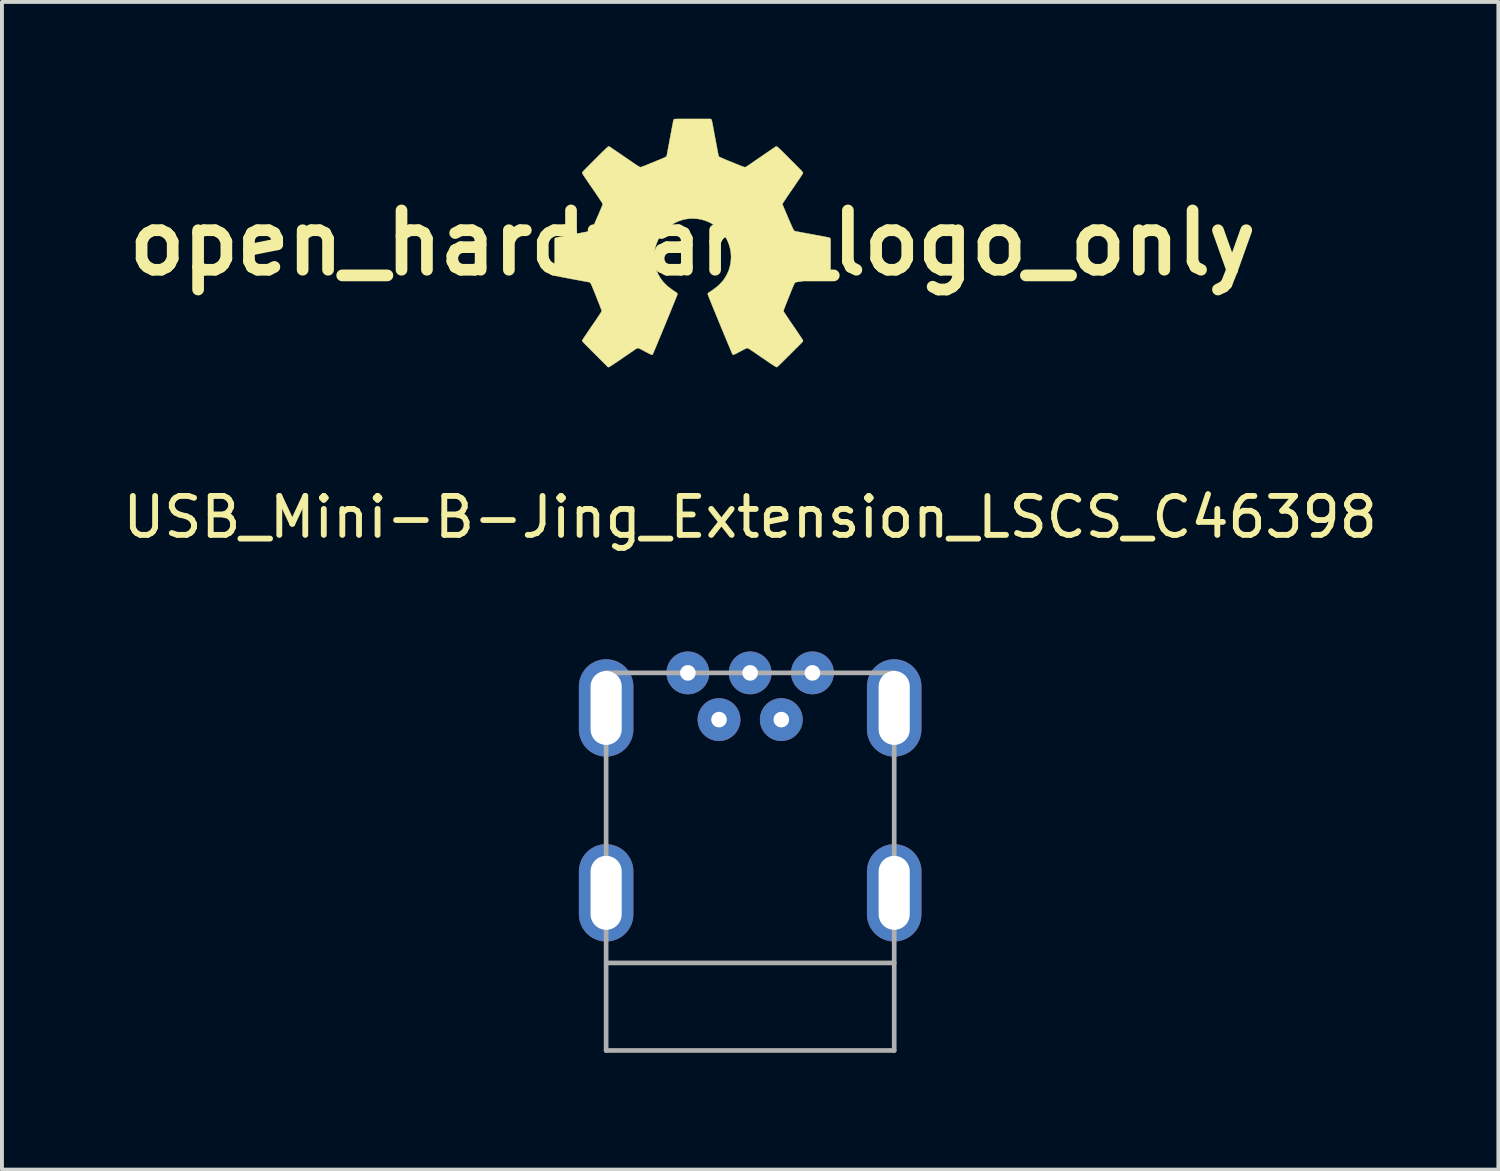
<source format=kicad_pcb>
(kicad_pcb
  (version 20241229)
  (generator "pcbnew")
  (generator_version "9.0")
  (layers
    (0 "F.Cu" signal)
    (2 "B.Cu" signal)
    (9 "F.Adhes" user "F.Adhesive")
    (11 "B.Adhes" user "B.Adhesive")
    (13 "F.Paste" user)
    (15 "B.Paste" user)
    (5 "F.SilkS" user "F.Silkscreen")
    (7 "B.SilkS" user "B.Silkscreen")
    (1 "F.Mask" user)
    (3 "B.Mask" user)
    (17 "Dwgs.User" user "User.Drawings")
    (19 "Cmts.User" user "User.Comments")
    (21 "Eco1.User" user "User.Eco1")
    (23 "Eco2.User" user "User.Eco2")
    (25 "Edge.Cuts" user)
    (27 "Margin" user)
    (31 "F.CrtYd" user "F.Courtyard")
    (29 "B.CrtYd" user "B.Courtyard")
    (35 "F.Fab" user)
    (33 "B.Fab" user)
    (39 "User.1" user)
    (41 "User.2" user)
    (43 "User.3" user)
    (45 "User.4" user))
  (footprint "USB_Mini-B-Jing_Extension_LSCS_C46398"
    (layer "F.Cu")
    (at 16.22 14.235)
    (property "Reference" "USB_Mini-B-Jing_Extension_LSCS_C46398" (at 0 -4 0) (layer "F.SilkS") (effects (font (size 1 1) (thickness 0.15))))
    (attr through_hole)
    (fp_line (start -3.7 0) (end 3.7 0) (stroke (width 0.12) (type solid)) (layer "F.Fab"))
    (fp_line (start -3.7 7.45) (end 3.7 7.45) (stroke (width 0.12) (type solid)) (layer "F.Fab"))
    (fp_line (start -3.7 9.7) (end -3.7 0) (stroke (width 0.12) (type solid)) (layer "F.Fab"))
    (fp_line (start -3.7 9.7) (end 3.7 9.7) (stroke (width 0.12) (type solid)) (layer "F.Fab"))
    (fp_line (start 3.7 0) (end 3.7 9.7) (stroke (width 0.12) (type solid)) (layer "F.Fab"))
    (pad "1" thru_hole circle (at -1.6 0) (size 1.1 1.1) (drill 0.4) (layers "*.Cu" "*.Mask"))
    (pad "2" thru_hole circle (at -0.8 1.2) (size 1.1 1.1) (drill 0.4) (layers "*.Cu" "*.Mask"))
    (pad "3" thru_hole circle (at 0 0) (size 1.1 1.1) (drill 0.4) (layers "*.Cu" "*.Mask"))
    (pad "4" thru_hole circle (at 0.8 1.2) (size 1.1 1.1) (drill 0.4) (layers "*.Cu" "*.Mask"))
    (pad "5" thru_hole circle (at 1.6 0) (size 1.1 1.1) (drill 0.4) (layers "*.Cu" "*.Mask"))
    (pad "6" thru_hole oval (at -3.7 0.9) (size 1.4 2.5) (drill oval 0.8 1.9) (layers "*.Cu" "*.Mask"))
    (pad "6" thru_hole oval (at -3.7 5.65) (size 1.4 2.5) (drill oval 0.8 1.9) (layers "*.Cu" "*.Mask"))
    (pad "6" thru_hole oval (at 3.7 0.9) (size 1.4 2.5) (drill oval 0.8 1.9) (layers "*.Cu" "*.Mask"))
    (pad "6" thru_hole oval (at 3.7 5.65) (size 1.4 2.5) (drill oval 0.8 1.9) (layers "*.Cu" "*.Mask")))
  (footprint "open_hardware_logo_only"
    (layer "F.Cu")
    (at 14.739 3.19)
    (property "Reference" "open_hardware_logo_only" (at 0 0 0) (layer "F.SilkS") (effects (font (size 1.524 1.524) (thickness 0.3))))
    (attr through_hole)
    (fp_poly (pts (xy 0.482 -3.171) (xy 0.485 -3.168) (xy 0.488 -3.163) (xy 0.491 -3.157) (xy 0.494 -3.148) (xy 0.497 -3.136) (xy 0.501 -3.119) (xy 0.506 -3.098) (xy 0.511 -3.07) (xy 0.518 -3.036) (xy 0.526 -2.994) (xy 0.535 -2.944) (xy 0.546 -2.888) (xy 0.563 -2.793) (xy 0.579 -2.708) (xy 0.593 -2.632) (xy 0.606 -2.565) (xy 0.617 -2.505) (xy 0.627 -2.453) (xy 0.635 -2.408) (xy 0.643 -2.369) (xy 0.649 -2.336) (xy 0.655 -2.308) (xy 0.659 -2.286) (xy 0.663 -2.267) (xy 0.666 -2.253) (xy 0.669 -2.242) (xy 0.671 -2.234) (xy 0.674 -2.228) (xy 0.675 -2.224) (xy 0.677 -2.221) (xy 0.679 -2.219) (xy 0.681 -2.218) (xy 0.683 -2.216) (xy 0.684 -2.215) (xy 0.691 -2.21) (xy 0.708 -2.202) (xy 0.732 -2.191) (xy 0.762 -2.177) (xy 0.798 -2.161) (xy 0.839 -2.144) (xy 0.883 -2.125) (xy 0.93 -2.106) (xy 0.979 -2.086) (xy 1.028 -2.066) (xy 1.077 -2.046) (xy 1.125 -2.027) (xy 1.171 -2.009) (xy 1.213 -1.992) (xy 1.251 -1.977) (xy 1.284 -1.965) (xy 1.311 -1.955) (xy 1.331 -1.949) (xy 1.343 -1.946) (xy 1.344 -1.946) (xy 1.358 -1.947) (xy 1.372 -1.952) (xy 1.389 -1.962) (xy 1.4 -1.969) (xy 1.413 -1.978) (xy 1.434 -1.992) (xy 1.462 -2.011) (xy 1.495 -2.034) (xy 1.535 -2.061) (xy 1.578 -2.091) (xy 1.626 -2.124) (xy 1.677 -2.159) (xy 1.731 -2.196) (xy 1.786 -2.233) (xy 1.842 -2.272) (xy 1.898 -2.311) (xy 1.954 -2.349) (xy 1.964 -2.356) (xy 2 -2.381) (xy 2.035 -2.404) (xy 2.066 -2.425) (xy 2.092 -2.443) (xy 2.114 -2.458) (xy 2.129 -2.468) (xy 2.138 -2.473) (xy 2.138 -2.474) (xy 2.143 -2.476) (xy 2.148 -2.478) (xy 2.153 -2.479) (xy 2.158 -2.478) (xy 2.165 -2.475) (xy 2.174 -2.47) (xy 2.184 -2.463) (xy 2.197 -2.452) (xy 2.214 -2.438) (xy 2.233 -2.419) (xy 2.257 -2.397) (xy 2.285 -2.37) (xy 2.318 -2.337) (xy 2.357 -2.299) (xy 2.401 -2.255) (xy 2.451 -2.205) (xy 2.508 -2.148) (xy 2.509 -2.146) (xy 2.565 -2.09) (xy 2.615 -2.041) (xy 2.657 -1.998) (xy 2.694 -1.961) (xy 2.726 -1.929) (xy 2.752 -1.902) (xy 2.774 -1.88) (xy 2.792 -1.861) (xy 2.806 -1.846) (xy 2.817 -1.834) (xy 2.825 -1.825) (xy 2.83 -1.817) (xy 2.834 -1.812) (xy 2.836 -1.807) (xy 2.837 -1.803) (xy 2.837 -1.8) (xy 2.837 -1.799) (xy 2.836 -1.795) (xy 2.835 -1.79) (xy 2.832 -1.783) (xy 2.827 -1.774) (xy 2.82 -1.761) (xy 2.81 -1.745) (xy 2.797 -1.726) (xy 2.781 -1.702) (xy 2.762 -1.673) (xy 2.739 -1.638) (xy 2.711 -1.598) (xy 2.679 -1.55) (xy 2.642 -1.496) (xy 2.6 -1.434) (xy 2.581 -1.407) (xy 2.543 -1.351) (xy 2.506 -1.298) (xy 2.472 -1.247) (xy 2.439 -1.2) (xy 2.41 -1.156) (xy 2.384 -1.117) (xy 2.362 -1.084) (xy 2.344 -1.056) (xy 2.33 -1.035) (xy 2.321 -1.02) (xy 2.318 -1.014) (xy 2.314 -0.992) (xy 2.316 -0.979) (xy 2.319 -0.971) (xy 2.325 -0.956) (xy 2.335 -0.932) (xy 2.348 -0.902) (xy 2.363 -0.865) (xy 2.381 -0.823) (xy 2.4 -0.777) (xy 2.422 -0.727) (xy 2.444 -0.675) (xy 2.456 -0.648) (xy 2.483 -0.584) (xy 2.507 -0.528) (xy 2.528 -0.481) (xy 2.546 -0.44) (xy 2.561 -0.407) (xy 2.573 -0.38) (xy 2.584 -0.358) (xy 2.594 -0.341) (xy 2.602 -0.328) (xy 2.609 -0.318) (xy 2.615 -0.312) (xy 2.622 -0.307) (xy 2.628 -0.304) (xy 2.635 -0.302) (xy 2.64 -0.3) (xy 2.648 -0.299) (xy 2.666 -0.295) (xy 2.691 -0.29) (xy 2.724 -0.284) (xy 2.763 -0.277) (xy 2.808 -0.268) (xy 2.857 -0.259) (xy 2.909 -0.25) (xy 2.964 -0.239) (xy 2.967 -0.239) (xy 3.053 -0.223) (xy 3.13 -0.209) (xy 3.198 -0.196) (xy 3.257 -0.185) (xy 3.309 -0.176) (xy 3.354 -0.167) (xy 3.392 -0.16) (xy 3.424 -0.154) (xy 3.45 -0.149) (xy 3.472 -0.145) (xy 3.488 -0.141) (xy 3.501 -0.138) (xy 3.511 -0.135) (xy 3.518 -0.133) (xy 3.523 -0.131) (xy 3.526 -0.13) (xy 3.527 -0.128) (xy 3.529 -0.126) (xy 3.53 -0.124) (xy 3.532 -0.122) (xy 3.532 -0.122) (xy 3.546 -0.107) (xy 3.546 0.353) (xy 3.546 0.439) (xy 3.546 0.516) (xy 3.545 0.583) (xy 3.545 0.641) (xy 3.545 0.69) (xy 3.544 0.731) (xy 3.544 0.764) (xy 3.543 0.79) (xy 3.542 0.808) (xy 3.541 0.82) (xy 3.54 0.825) (xy 3.531 0.836) (xy 3.519 0.845) (xy 3.518 0.845) (xy 3.51 0.847) (xy 3.493 0.851) (xy 3.468 0.857) (xy 3.437 0.863) (xy 3.399 0.871) (xy 3.357 0.879) (xy 3.311 0.888) (xy 3.264 0.897) (xy 3.167 0.914) (xy 3.078 0.931) (xy 2.997 0.946) (xy 2.923 0.96) (xy 2.859 0.972) (xy 2.803 0.982) (xy 2.756 0.991) (xy 2.718 0.998) (xy 2.689 1.003) (xy 2.67 1.007) (xy 2.66 1.009) (xy 2.66 1.009) (xy 2.653 1.01) (xy 2.647 1.012) (xy 2.641 1.015) (xy 2.635 1.02) (xy 2.629 1.027) (xy 2.623 1.037) (xy 2.615 1.051) (xy 2.606 1.068) (xy 2.596 1.091) (xy 2.584 1.119) (xy 2.569 1.153) (xy 2.553 1.194) (xy 2.533 1.242) (xy 2.511 1.298) (xy 2.485 1.362) (xy 2.474 1.388) (xy 2.448 1.455) (xy 2.425 1.513) (xy 2.405 1.562) (xy 2.389 1.604) (xy 2.375 1.64) (xy 2.364 1.669) (xy 2.355 1.693) (xy 2.348 1.712) (xy 2.344 1.726) (xy 2.341 1.737) (xy 2.339 1.745) (xy 2.338 1.751) (xy 2.339 1.754) (xy 2.342 1.762) (xy 2.351 1.777) (xy 2.366 1.801) (xy 2.386 1.832) (xy 2.412 1.871) (xy 2.444 1.918) (xy 2.481 1.973) (xy 2.524 2.037) (xy 2.573 2.108) (xy 2.589 2.131) (xy 2.626 2.185) (xy 2.661 2.237) (xy 2.695 2.287) (xy 2.726 2.333) (xy 2.754 2.375) (xy 2.779 2.412) (xy 2.8 2.444) (xy 2.817 2.47) (xy 2.829 2.489) (xy 2.836 2.501) (xy 2.838 2.504) (xy 2.837 2.522) (xy 2.83 2.536) (xy 2.825 2.542) (xy 2.814 2.554) (xy 2.797 2.572) (xy 2.774 2.595) (xy 2.746 2.623) (xy 2.715 2.655) (xy 2.68 2.69) (xy 2.642 2.727) (xy 2.603 2.767) (xy 2.561 2.808) (xy 2.519 2.85) (xy 2.477 2.893) (xy 2.435 2.934) (xy 2.394 2.975) (xy 2.354 3.014) (xy 2.317 3.05) (xy 2.283 3.084) (xy 2.253 3.114) (xy 2.226 3.139) (xy 2.205 3.16) (xy 2.189 3.175) (xy 2.179 3.185) (xy 2.176 3.187) (xy 2.172 3.189) (xy 2.167 3.19) (xy 2.161 3.189) (xy 2.153 3.187) (xy 2.144 3.183) (xy 2.131 3.177) (xy 2.115 3.167) (xy 2.095 3.155) (xy 2.071 3.14) (xy 2.042 3.121) (xy 2.007 3.098) (xy 1.966 3.07) (xy 1.919 3.038) (xy 1.865 3.001) (xy 1.803 2.958) (xy 1.783 2.945) (xy 1.721 2.902) (xy 1.666 2.864) (xy 1.619 2.832) (xy 1.578 2.804) (xy 1.543 2.78) (xy 1.514 2.761) (xy 1.49 2.745) (xy 1.47 2.732) (xy 1.454 2.722) (xy 1.441 2.715) (xy 1.432 2.709) (xy 1.424 2.706) (xy 1.418 2.704) (xy 1.413 2.703) (xy 1.409 2.703) (xy 1.408 2.703) (xy 1.4 2.703) (xy 1.392 2.705) (xy 1.381 2.709) (xy 1.368 2.714) (xy 1.35 2.723) (xy 1.326 2.734) (xy 1.297 2.75) (xy 1.261 2.769) (xy 1.227 2.787) (xy 1.181 2.811) (xy 1.144 2.831) (xy 1.114 2.846) (xy 1.09 2.858) (xy 1.071 2.866) (xy 1.057 2.87) (xy 1.046 2.872) (xy 1.039 2.871) (xy 1.033 2.868) (xy 1.029 2.865) (xy 1.026 2.859) (xy 1.02 2.845) (xy 1.01 2.822) (xy 0.997 2.791) (xy 0.981 2.754) (xy 0.962 2.71) (xy 0.942 2.661) (xy 0.919 2.606) (xy 0.894 2.547) (xy 0.868 2.484) (xy 0.84 2.417) (xy 0.811 2.348) (xy 0.782 2.277) (xy 0.752 2.204) (xy 0.721 2.13) (xy 0.691 2.056) (xy 0.66 1.982) (xy 0.63 1.909) (xy 0.601 1.838) (xy 0.573 1.768) (xy 0.545 1.702) (xy 0.519 1.638) (xy 0.495 1.579) (xy 0.473 1.524) (xy 0.453 1.474) (xy 0.435 1.43) (xy 0.42 1.393) (xy 0.408 1.362) (xy 0.399 1.339) (xy 0.393 1.324) (xy 0.391 1.318) (xy 0.391 1.318) (xy 0.393 1.304) (xy 0.399 1.292) (xy 0.411 1.28) (xy 0.431 1.267) (xy 0.446 1.257) (xy 0.46 1.249) (xy 0.473 1.24) (xy 0.487 1.231) (xy 0.503 1.219) (xy 0.523 1.205) (xy 0.546 1.188) (xy 0.576 1.166) (xy 0.605 1.144) (xy 0.643 1.113) (xy 0.684 1.076) (xy 0.724 1.035) (xy 0.762 0.994) (xy 0.793 0.956) (xy 0.849 0.873) (xy 0.896 0.785) (xy 0.934 0.694) (xy 0.962 0.6) (xy 0.981 0.503) (xy 0.99 0.402) (xy 0.991 0.362) (xy 0.986 0.263) (xy 0.971 0.167) (xy 0.948 0.073) (xy 0.916 -0.016) (xy 0.876 -0.102) (xy 0.828 -0.183) (xy 0.772 -0.259) (xy 0.71 -0.33) (xy 0.641 -0.394) (xy 0.565 -0.452) (xy 0.485 -0.502) (xy 0.399 -0.545) (xy 0.308 -0.579) (xy 0.212 -0.605) (xy 0.2 -0.607) (xy 0.102 -0.622) (xy 0.005 -0.627) (xy -0.09 -0.623) (xy -0.183 -0.61) (xy -0.274 -0.588) (xy -0.362 -0.557) (xy -0.446 -0.519) (xy -0.526 -0.473) (xy -0.602 -0.42) (xy -0.672 -0.361) (xy -0.736 -0.295) (xy -0.795 -0.223) (xy -0.847 -0.145) (xy -0.891 -0.062) (xy -0.928 0.026) (xy -0.956 0.119) (xy -0.976 0.215) (xy -0.978 0.235) (xy -0.982 0.27) (xy -0.984 0.311) (xy -0.984 0.356) (xy -0.984 0.401) (xy -0.982 0.446) (xy -0.979 0.486) (xy -0.975 0.519) (xy -0.974 0.526) (xy -0.95 0.626) (xy -0.919 0.721) (xy -0.879 0.81) (xy -0.831 0.894) (xy -0.792 0.95) (xy -0.766 0.983) (xy -0.734 1.019) (xy -0.699 1.055) (xy -0.663 1.091) (xy -0.628 1.122) (xy -0.599 1.145) (xy -0.564 1.171) (xy -0.534 1.193) (xy -0.511 1.21) (xy -0.491 1.224) (xy -0.474 1.236) (xy -0.458 1.246) (xy -0.442 1.256) (xy -0.441 1.257) (xy -0.417 1.273) (xy -0.401 1.285) (xy -0.391 1.297) (xy -0.387 1.309) (xy -0.386 1.318) (xy -0.388 1.324) (xy -0.394 1.339) (xy -0.403 1.362) (xy -0.415 1.392) (xy -0.43 1.43) (xy -0.448 1.474) (xy -0.468 1.523) (xy -0.49 1.578) (xy -0.514 1.637) (xy -0.54 1.701) (xy -0.567 1.767) (xy -0.595 1.836) (xy -0.625 1.908) (xy -0.655 1.98) (xy -0.685 2.054) (xy -0.715 2.128) (xy -0.746 2.202) (xy -0.776 2.275) (xy -0.805 2.346) (xy -0.834 2.415) (xy -0.862 2.481) (xy -0.888 2.544) (xy -0.912 2.603) (xy -0.935 2.658) (xy -0.956 2.707) (xy -0.974 2.751) (xy -0.99 2.788) (xy -1.003 2.818) (xy -1.013 2.841) (xy -1.019 2.855) (xy -1.022 2.86) (xy -1.026 2.866) (xy -1.032 2.87) (xy -1.04 2.872) (xy -1.05 2.871) (xy -1.063 2.866) (xy -1.082 2.859) (xy -1.105 2.848) (xy -1.135 2.833) (xy -1.172 2.814) (xy -1.216 2.79) (xy -1.222 2.787) (xy -1.267 2.763) (xy -1.304 2.743) (xy -1.335 2.727) (xy -1.359 2.716) (xy -1.379 2.708) (xy -1.396 2.704) (xy -1.409 2.703) (xy -1.422 2.705) (xy -1.434 2.709) (xy -1.446 2.717) (xy -1.46 2.727) (xy -1.469 2.732) (xy -1.565 2.799) (xy -1.654 2.86) (xy -1.734 2.915) (xy -1.807 2.965) (xy -1.872 3.01) (xy -1.93 3.049) (xy -1.981 3.083) (xy -2.025 3.112) (xy -2.062 3.137) (xy -2.092 3.156) (xy -2.116 3.171) (xy -2.134 3.182) (xy -2.145 3.188) (xy -2.151 3.189) (xy -2.17 3.191) (xy -2.503 2.859) (xy -2.56 2.802) (xy -2.609 2.753) (xy -2.653 2.709) (xy -2.69 2.672) (xy -2.722 2.639) (xy -2.749 2.612) (xy -2.771 2.589) (xy -2.789 2.571) (xy -2.803 2.555) (xy -2.814 2.543) (xy -2.822 2.534) (xy -2.828 2.526) (xy -2.831 2.521) (xy -2.833 2.516) (xy -2.834 2.513) (xy -2.834 2.51) (xy -2.833 2.508) (xy -2.83 2.501) (xy -2.823 2.488) (xy -2.81 2.468) (xy -2.793 2.441) (xy -2.771 2.407) (xy -2.743 2.365) (xy -2.71 2.317) (xy -2.672 2.26) (xy -2.628 2.196) (xy -2.585 2.133) (xy -2.543 2.071) (xy -2.503 2.014) (xy -2.467 1.961) (xy -2.435 1.913) (xy -2.407 1.87) (xy -2.383 1.834) (xy -2.363 1.804) (xy -2.348 1.781) (xy -2.339 1.765) (xy -2.335 1.757) (xy -2.335 1.757) (xy -2.334 1.753) (xy -2.334 1.748) (xy -2.334 1.742) (xy -2.336 1.734) (xy -2.339 1.724) (xy -2.343 1.71) (xy -2.35 1.692) (xy -2.358 1.67) (xy -2.369 1.642) (xy -2.382 1.608) (xy -2.398 1.568) (xy -2.417 1.52) (xy -2.439 1.464) (xy -2.465 1.4) (xy -2.469 1.389) (xy -2.496 1.321) (xy -2.52 1.262) (xy -2.54 1.211) (xy -2.558 1.168) (xy -2.573 1.131) (xy -2.586 1.101) (xy -2.597 1.076) (xy -2.607 1.057) (xy -2.615 1.042) (xy -2.622 1.031) (xy -2.628 1.023) (xy -2.634 1.017) (xy -2.64 1.013) (xy -2.646 1.011) (xy -2.652 1.009) (xy -2.655 1.009) (xy -2.662 1.007) (xy -2.679 1.004) (xy -2.703 1) (xy -2.736 0.994) (xy -2.775 0.986) (xy -2.821 0.978) (xy -2.872 0.968) (xy -2.928 0.958) (xy -2.987 0.947) (xy -3.05 0.935) (xy -3.089 0.928) (xy -3.153 0.916) (xy -3.214 0.904) (xy -3.272 0.893) (xy -3.326 0.883) (xy -3.375 0.873) (xy -3.417 0.865) (xy -3.454 0.857) (xy -3.483 0.851) (xy -3.504 0.847) (xy -3.516 0.844) (xy -3.519 0.843) (xy -3.53 0.833) (xy -3.535 0.824) (xy -3.536 0.818) (xy -3.537 0.802) (xy -3.538 0.778) (xy -3.539 0.745) (xy -3.539 0.703) (xy -3.54 0.652) (xy -3.54 0.591) (xy -3.541 0.521) (xy -3.541 0.441) (xy -3.541 0.353) (xy -3.541 -0.107) (xy -3.527 -0.122) (xy -3.524 -0.124) (xy -3.521 -0.127) (xy -3.517 -0.129) (xy -3.512 -0.132) (xy -3.504 -0.134) (xy -3.494 -0.137) (xy -3.48 -0.141) (xy -3.461 -0.145) (xy -3.438 -0.15) (xy -3.41 -0.155) (xy -3.375 -0.162) (xy -3.334 -0.17) (xy -3.285 -0.179) (xy -3.229 -0.189) (xy -3.164 -0.202) (xy -3.09 -0.215) (xy -3.071 -0.219) (xy -3.005 -0.231) (xy -2.942 -0.243) (xy -2.882 -0.254) (xy -2.827 -0.265) (xy -2.776 -0.275) (xy -2.731 -0.283) (xy -2.692 -0.291) (xy -2.661 -0.297) (xy -2.637 -0.302) (xy -2.622 -0.306) (xy -2.616 -0.307) (xy -2.603 -0.316) (xy -2.595 -0.323) (xy -2.592 -0.329) (xy -2.585 -0.344) (xy -2.575 -0.366) (xy -2.562 -0.394) (xy -2.547 -0.428) (xy -2.53 -0.467) (xy -2.511 -0.509) (xy -2.491 -0.555) (xy -2.471 -0.602) (xy -2.45 -0.65) (xy -2.429 -0.698) (xy -2.409 -0.745) (xy -2.389 -0.791) (xy -2.371 -0.834) (xy -2.354 -0.873) (xy -2.34 -0.907) (xy -2.328 -0.936) (xy -2.319 -0.958) (xy -2.313 -0.973) (xy -2.311 -0.979) (xy -2.309 -1) (xy -2.313 -1.014) (xy -2.317 -1.021) (xy -2.326 -1.036) (xy -2.34 -1.058) (xy -2.359 -1.086) (xy -2.381 -1.121) (xy -2.408 -1.16) (xy -2.437 -1.204) (xy -2.469 -1.252) (xy -2.504 -1.303) (xy -2.541 -1.356) (xy -2.576 -1.407) (xy -2.62 -1.472) (xy -2.66 -1.53) (xy -2.694 -1.579) (xy -2.723 -1.623) (xy -2.748 -1.66) (xy -2.769 -1.691) (xy -2.786 -1.717) (xy -2.8 -1.738) (xy -2.811 -1.756) (xy -2.819 -1.769) (xy -2.825 -1.78) (xy -2.829 -1.788) (xy -2.831 -1.794) (xy -2.832 -1.798) (xy -2.832 -1.8) (xy -2.832 -1.803) (xy -2.831 -1.807) (xy -2.829 -1.811) (xy -2.826 -1.817) (xy -2.82 -1.824) (xy -2.812 -1.833) (xy -2.802 -1.845) (xy -2.788 -1.86) (xy -2.77 -1.879) (xy -2.749 -1.901) (xy -2.723 -1.928) (xy -2.691 -1.959) (xy -2.655 -1.996) (xy -2.612 -2.039) (xy -2.563 -2.087) (xy -2.508 -2.143) (xy -2.504 -2.146) (xy -2.447 -2.204) (xy -2.396 -2.254) (xy -2.352 -2.299) (xy -2.314 -2.337) (xy -2.28 -2.369) (xy -2.252 -2.397) (xy -2.228 -2.42) (xy -2.208 -2.438) (xy -2.192 -2.452) (xy -2.178 -2.463) (xy -2.168 -2.471) (xy -2.159 -2.476) (xy -2.152 -2.478) (xy -2.146 -2.479) (xy -2.14 -2.477) (xy -2.135 -2.475) (xy -2.13 -2.472) (xy -2.127 -2.47) (xy -2.121 -2.466) (xy -2.106 -2.456) (xy -2.085 -2.442) (xy -2.057 -2.423) (xy -2.023 -2.4) (xy -1.984 -2.373) (xy -1.941 -2.343) (xy -1.893 -2.311) (xy -1.842 -2.276) (xy -1.788 -2.239) (xy -1.736 -2.203) (xy -1.671 -2.159) (xy -1.614 -2.12) (xy -1.564 -2.086) (xy -1.521 -2.056) (xy -1.484 -2.031) (xy -1.453 -2.01) (xy -1.427 -1.993) (xy -1.406 -1.979) (xy -1.388 -1.968) (xy -1.375 -1.96) (xy -1.364 -1.954) (xy -1.355 -1.95) (xy -1.349 -1.947) (xy -1.344 -1.946) (xy -1.34 -1.946) (xy -1.339 -1.946) (xy -1.332 -1.947) (xy -1.321 -1.949) (xy -1.305 -1.955) (xy -1.284 -1.962) (xy -1.257 -1.972) (xy -1.223 -1.985) (xy -1.183 -2.001) (xy -1.134 -2.021) (xy -1.078 -2.044) (xy -1.013 -2.07) (xy -1.005 -2.073) (xy -0.941 -2.1) (xy -0.885 -2.123) (xy -0.837 -2.142) (xy -0.797 -2.159) (xy -0.763 -2.174) (xy -0.736 -2.186) (xy -0.714 -2.196) (xy -0.697 -2.205) (xy -0.685 -2.212) (xy -0.676 -2.218) (xy -0.669 -2.224) (xy -0.666 -2.229) (xy -0.663 -2.234) (xy -0.663 -2.235) (xy -0.662 -2.241) (xy -0.659 -2.256) (xy -0.654 -2.28) (xy -0.648 -2.312) (xy -0.641 -2.351) (xy -0.632 -2.396) (xy -0.623 -2.447) (xy -0.612 -2.503) (xy -0.601 -2.563) (xy -0.589 -2.626) (xy -0.577 -2.693) (xy -0.577 -2.695) (xy -0.564 -2.761) (xy -0.552 -2.825) (xy -0.541 -2.885) (xy -0.53 -2.941) (xy -0.521 -2.993) (xy -0.512 -3.038) (xy -0.505 -3.077) (xy -0.499 -3.109) (xy -0.494 -3.134) (xy -0.491 -3.149) (xy -0.49 -3.156) (xy -0.49 -3.156) (xy -0.484 -3.165) (xy -0.474 -3.175) (xy -0.472 -3.177) (xy -0.469 -3.178) (xy -0.465 -3.18) (xy -0.459 -3.181) (xy -0.451 -3.182) (xy -0.44 -3.182) (xy -0.425 -3.183) (xy -0.406 -3.184) (xy -0.382 -3.184) (xy -0.353 -3.185) (xy -0.318 -3.185) (xy -0.275 -3.185) (xy -0.226 -3.185) (xy -0.168 -3.185) (xy -0.101 -3.185) (xy -0.026 -3.185) (xy 0.468 -3.185) (xy 0.482 -3.171)) (stroke (width 0.01) (type solid)) (fill yes) (layer "F.SilkS")))
  (gr_rect
    (start -3 -3)
    (end 35.44 26.995)
    (stroke (width 0.1) (type default))
    (fill no)
    (layer "Edge.Cuts")))
</source>
